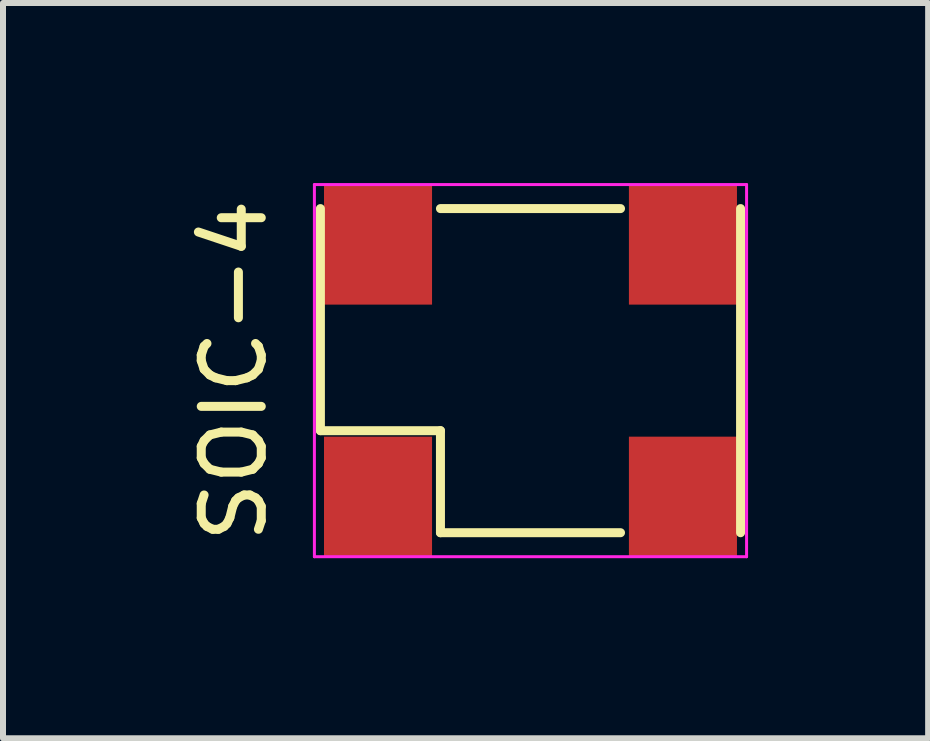
<source format=kicad_pcb>
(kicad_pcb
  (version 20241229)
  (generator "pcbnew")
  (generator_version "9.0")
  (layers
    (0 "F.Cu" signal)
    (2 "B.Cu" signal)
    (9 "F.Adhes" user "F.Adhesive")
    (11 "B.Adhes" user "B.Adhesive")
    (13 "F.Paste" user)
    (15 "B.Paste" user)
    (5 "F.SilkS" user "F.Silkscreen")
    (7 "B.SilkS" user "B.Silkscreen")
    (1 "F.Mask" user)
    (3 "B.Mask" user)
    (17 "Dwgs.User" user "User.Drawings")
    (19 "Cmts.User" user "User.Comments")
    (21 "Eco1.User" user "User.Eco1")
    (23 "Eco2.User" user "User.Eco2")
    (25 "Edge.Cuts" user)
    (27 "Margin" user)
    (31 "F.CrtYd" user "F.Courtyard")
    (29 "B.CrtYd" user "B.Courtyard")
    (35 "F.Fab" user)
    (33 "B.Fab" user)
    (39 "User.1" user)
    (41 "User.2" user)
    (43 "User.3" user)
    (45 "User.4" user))
  (footprint "SOIC-4"
    (layer "F.Cu")
    (at 5.788 3.125)
    (property "Reference" "SOIC-4" (at -4.94 0 90) (layer "F.SilkS") (effects (font (size 1 1) (thickness 0.15))))
    (attr smd)
    (fp_line (start -3.5 1) (end -3.5 -2.7) (stroke (width 0.15) (type solid)) (layer "F.SilkS"))
    (fp_line (start -3.5 1) (end -1.5 1) (stroke (width 0.15) (type solid)) (layer "F.SilkS"))
    (fp_line (start -1.5 -2.7) (end 1.5 -2.7) (stroke (width 0.15) (type solid)) (layer "F.SilkS"))
    (fp_line (start -1.5 1) (end -1.5 2.7) (stroke (width 0.15) (type solid)) (layer "F.SilkS"))
    (fp_line (start 1.5 2.7) (end -1.5 2.7) (stroke (width 0.15) (type solid)) (layer "F.SilkS"))
    (fp_line (start 3.5 -2.7) (end 3.5 2.7) (stroke (width 0.15) (type solid)) (layer "F.SilkS"))
    (fp_line (start -3.6 -3.1) (end 3.6 -3.1) (stroke (width 0.05) (type solid)) (layer "F.CrtYd"))
    (fp_line (start -3.6 3.1) (end -3.6 -3.1) (stroke (width 0.05) (type solid)) (layer "F.CrtYd"))
    (fp_line (start 3.6 -3.1) (end 3.6 3.1) (stroke (width 0.05) (type solid)) (layer "F.CrtYd"))
    (fp_line (start 3.6 3.1) (end -3.6 3.1) (stroke (width 0.05) (type solid)) (layer "F.CrtYd"))
    (pad "1" smd rect (at -2.54 2.1) (size 1.8 2) (layers "F.Cu" "F.Mask" "F.Paste"))
    (pad "2" smd rect (at 2.54 2.1) (size 1.8 2) (layers "F.Cu" "F.Mask" "F.Paste"))
    (pad "3" smd rect (at 2.54 -2.1) (size 1.8 2) (layers "F.Cu" "F.Mask" "F.Paste"))
    (pad "4" smd rect (at -2.54 -2.1) (size 1.8 2) (layers "F.Cu" "F.Mask" "F.Paste")))
  (gr_rect
    (start -3 -3)
    (end 12.413 9.25)
    (stroke (width 0.1) (type default))
    (fill no)
    (layer "Edge.Cuts")))
</source>
